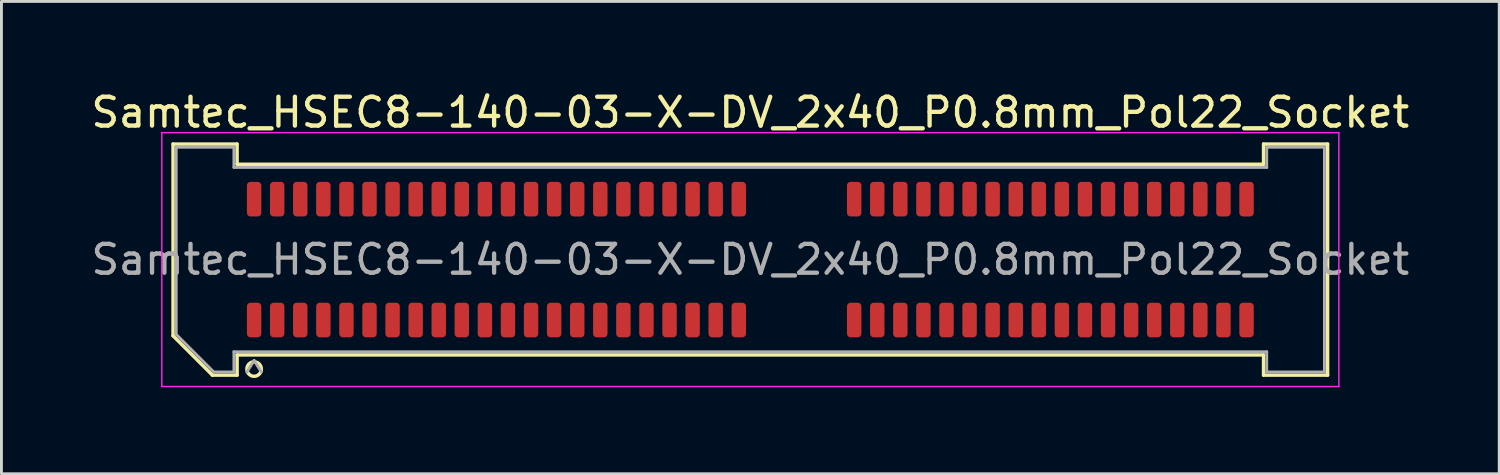
<source format=kicad_pcb>
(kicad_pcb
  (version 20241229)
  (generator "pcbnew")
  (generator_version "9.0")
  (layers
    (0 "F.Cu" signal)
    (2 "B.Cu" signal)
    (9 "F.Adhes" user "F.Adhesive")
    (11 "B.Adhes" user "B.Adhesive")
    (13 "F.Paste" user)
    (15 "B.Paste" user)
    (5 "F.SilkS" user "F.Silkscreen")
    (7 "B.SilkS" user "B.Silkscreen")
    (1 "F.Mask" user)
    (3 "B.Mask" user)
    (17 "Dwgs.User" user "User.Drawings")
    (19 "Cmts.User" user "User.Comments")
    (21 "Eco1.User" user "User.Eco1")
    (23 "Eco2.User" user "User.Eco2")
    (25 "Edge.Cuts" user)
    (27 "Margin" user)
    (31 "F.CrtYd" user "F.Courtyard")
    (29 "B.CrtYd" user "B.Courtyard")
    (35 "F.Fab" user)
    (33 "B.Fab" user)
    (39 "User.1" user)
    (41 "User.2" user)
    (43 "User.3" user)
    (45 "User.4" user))
  (footprint "Samtec_HSEC8-140-03-X-DV_2x40_P0.8mm_Pol22_Socket"
    (layer "F.Cu")
    (at 22.958 5.948)
    (property "Reference" "Samtec_HSEC8-140-03-X-DV_2x40_P0.8mm_Pol22_Socket" (at 0 -5.1 0) (layer "F.SilkS") (effects (font (size 1 1) (thickness 0.15))))
    (attr smd)
    (fp_line (start -20.01 -4.005) (end -17.79 -4.005) (stroke (width 0.12) (type solid)) (layer "F.SilkS"))
    (fp_line (start -20.01 2.641) (end -20.01 -4.005) (stroke (width 0.12) (type solid)) (layer "F.SilkS"))
    (fp_line (start -18.646 4.005) (end -20.01 2.641) (stroke (width 0.12) (type solid)) (layer "F.SilkS"))
    (fp_line (start -17.79 -4.005) (end -17.79 -3.305) (stroke (width 0.12) (type solid)) (layer "F.SilkS"))
    (fp_line (start -17.79 -3.305) (end 17.79 -3.305) (stroke (width 0.12) (type solid)) (layer "F.SilkS"))
    (fp_line (start -17.79 3.305) (end -17.79 4.005) (stroke (width 0.12) (type solid)) (layer "F.SilkS"))
    (fp_line (start -17.79 4.005) (end -18.646 4.005) (stroke (width 0.12) (type solid)) (layer "F.SilkS"))
    (fp_line (start 17.79 -4.005) (end 20.01 -4.005) (stroke (width 0.12) (type solid)) (layer "F.SilkS"))
    (fp_line (start 17.79 -3.305) (end 17.79 -4.005) (stroke (width 0.12) (type solid)) (layer "F.SilkS"))
    (fp_line (start 17.79 3.305) (end -17.79 3.305) (stroke (width 0.12) (type solid)) (layer "F.SilkS"))
    (fp_line (start 17.79 4.005) (end 17.79 3.305) (stroke (width 0.12) (type solid)) (layer "F.SilkS"))
    (fp_line (start 20.01 -4.005) (end 20.01 4.005) (stroke (width 0.12) (type solid)) (layer "F.SilkS"))
    (fp_line (start 20.01 4.005) (end 17.79 4.005) (stroke (width 0.12) (type solid)) (layer "F.SilkS"))
    (fp_arc (start -16.95 3.795) (mid -17.45 3.795) (end -16.95 3.795) (stroke (width 0.12) (type solid)) (layer "F.SilkS"))
    (fp_line (start -20.4 -4.4) (end -20.4 4.4) (stroke (width 0.05) (type solid)) (layer "F.CrtYd"))
    (fp_line (start -20.4 4.4) (end 20.4 4.4) (stroke (width 0.05) (type solid)) (layer "F.CrtYd"))
    (fp_line (start 20.4 -4.4) (end -20.4 -4.4) (stroke (width 0.05) (type solid)) (layer "F.CrtYd"))
    (fp_line (start 20.4 4.4) (end 20.4 -4.4) (stroke (width 0.05) (type solid)) (layer "F.CrtYd"))
    (fp_line (start -19.9 -3.895) (end -17.9 -3.895) (stroke (width 0.1) (type solid)) (layer "F.Fab"))
    (fp_line (start -19.9 2.595) (end -19.9 -3.895) (stroke (width 0.1) (type solid)) (layer "F.Fab"))
    (fp_line (start -18.6 3.895) (end -19.9 2.595) (stroke (width 0.1) (type solid)) (layer "F.Fab"))
    (fp_line (start -17.9 -3.895) (end -17.9 -3.195) (stroke (width 0.1) (type solid)) (layer "F.Fab"))
    (fp_line (start -17.9 -3.195) (end 17.9 -3.195) (stroke (width 0.1) (type solid)) (layer "F.Fab"))
    (fp_line (start -17.9 3.195) (end -17.9 3.895) (stroke (width 0.1) (type solid)) (layer "F.Fab"))
    (fp_line (start -17.9 3.895) (end -18.6 3.895) (stroke (width 0.1) (type solid)) (layer "F.Fab"))
    (fp_line (start -17.2 3.495) (end -17.45 3.895) (stroke (width 0.1) (type solid)) (layer "F.Fab"))
    (fp_line (start -17.2 3.495) (end -16.95 3.895) (stroke (width 0.1) (type solid)) (layer "F.Fab"))
    (fp_line (start 17.9 -3.895) (end 19.9 -3.895) (stroke (width 0.1) (type solid)) (layer "F.Fab"))
    (fp_line (start 17.9 -3.195) (end 17.9 -3.895) (stroke (width 0.1) (type solid)) (layer "F.Fab"))
    (fp_line (start 17.9 3.195) (end -17.9 3.195) (stroke (width 0.1) (type solid)) (layer "F.Fab"))
    (fp_line (start 17.9 3.895) (end 17.9 3.195) (stroke (width 0.1) (type solid)) (layer "F.Fab"))
    (fp_line (start 19.9 -3.895) (end 19.9 3.895) (stroke (width 0.1) (type solid)) (layer "F.Fab"))
    (fp_line (start 19.9 3.895) (end 17.9 3.895) (stroke (width 0.1) (type solid)) (layer "F.Fab"))
    (fp_text user "${REFERENCE}" (at 0 0 0) (layer "F.Fab") (effects (font (size 1 1) (thickness 0.15))))
    (pad "1" smd roundrect (at -17.2 2.095) (size 0.5 1.2) (layers "F.Cu" "F.Mask" "F.Paste") (roundrect_rratio 0.25))
    (pad "2" smd roundrect (at -17.2 -2.095) (size 0.5 1.2) (layers "F.Cu" "F.Mask" "F.Paste") (roundrect_rratio 0.25))
    (pad "3" smd roundrect (at -16.4 2.095) (size 0.5 1.2) (layers "F.Cu" "F.Mask" "F.Paste") (roundrect_rratio 0.25))
    (pad "4" smd roundrect (at -16.4 -2.095) (size 0.5 1.2) (layers "F.Cu" "F.Mask" "F.Paste") (roundrect_rratio 0.25))
    (pad "5" smd roundrect (at -15.6 2.095) (size 0.5 1.2) (layers "F.Cu" "F.Mask" "F.Paste") (roundrect_rratio 0.25))
    (pad "6" smd roundrect (at -15.6 -2.095) (size 0.5 1.2) (layers "F.Cu" "F.Mask" "F.Paste") (roundrect_rratio 0.25))
    (pad "7" smd roundrect (at -14.8 2.095) (size 0.5 1.2) (layers "F.Cu" "F.Mask" "F.Paste") (roundrect_rratio 0.25))
    (pad "8" smd roundrect (at -14.8 -2.095) (size 0.5 1.2) (layers "F.Cu" "F.Mask" "F.Paste") (roundrect_rratio 0.25))
    (pad "9" smd roundrect (at -14 2.095) (size 0.5 1.2) (layers "F.Cu" "F.Mask" "F.Paste") (roundrect_rratio 0.25))
    (pad "10" smd roundrect (at -14 -2.095) (size 0.5 1.2) (layers "F.Cu" "F.Mask" "F.Paste") (roundrect_rratio 0.25))
    (pad "11" smd roundrect (at -13.2 2.095) (size 0.5 1.2) (layers "F.Cu" "F.Mask" "F.Paste") (roundrect_rratio 0.25))
    (pad "12" smd roundrect (at -13.2 -2.095) (size 0.5 1.2) (layers "F.Cu" "F.Mask" "F.Paste") (roundrect_rratio 0.25))
    (pad "13" smd roundrect (at -12.4 2.095) (size 0.5 1.2) (layers "F.Cu" "F.Mask" "F.Paste") (roundrect_rratio 0.25))
    (pad "14" smd roundrect (at -12.4 -2.095) (size 0.5 1.2) (layers "F.Cu" "F.Mask" "F.Paste") (roundrect_rratio 0.25))
    (pad "15" smd roundrect (at -11.6 2.095) (size 0.5 1.2) (layers "F.Cu" "F.Mask" "F.Paste") (roundrect_rratio 0.25))
    (pad "16" smd roundrect (at -11.6 -2.095) (size 0.5 1.2) (layers "F.Cu" "F.Mask" "F.Paste") (roundrect_rratio 0.25))
    (pad "17" smd roundrect (at -10.8 2.095) (size 0.5 1.2) (layers "F.Cu" "F.Mask" "F.Paste") (roundrect_rratio 0.25))
    (pad "18" smd roundrect (at -10.8 -2.095) (size 0.5 1.2) (layers "F.Cu" "F.Mask" "F.Paste") (roundrect_rratio 0.25))
    (pad "19" smd roundrect (at -10 2.095) (size 0.5 1.2) (layers "F.Cu" "F.Mask" "F.Paste") (roundrect_rratio 0.25))
    (pad "20" smd roundrect (at -10 -2.095) (size 0.5 1.2) (layers "F.Cu" "F.Mask" "F.Paste") (roundrect_rratio 0.25))
    (pad "21" smd roundrect (at -9.2 2.095) (size 0.5 1.2) (layers "F.Cu" "F.Mask" "F.Paste") (roundrect_rratio 0.25))
    (pad "22" smd roundrect (at -9.2 -2.095) (size 0.5 1.2) (layers "F.Cu" "F.Mask" "F.Paste") (roundrect_rratio 0.25))
    (pad "23" smd roundrect (at -8.4 2.095) (size 0.5 1.2) (layers "F.Cu" "F.Mask" "F.Paste") (roundrect_rratio 0.25))
    (pad "24" smd roundrect (at -8.4 -2.095) (size 0.5 1.2) (layers "F.Cu" "F.Mask" "F.Paste") (roundrect_rratio 0.25))
    (pad "25" smd roundrect (at -7.6 2.095) (size 0.5 1.2) (layers "F.Cu" "F.Mask" "F.Paste") (roundrect_rratio 0.25))
    (pad "26" smd roundrect (at -7.6 -2.095) (size 0.5 1.2) (layers "F.Cu" "F.Mask" "F.Paste") (roundrect_rratio 0.25))
    (pad "27" smd roundrect (at -6.8 2.095) (size 0.5 1.2) (layers "F.Cu" "F.Mask" "F.Paste") (roundrect_rratio 0.25))
    (pad "28" smd roundrect (at -6.8 -2.095) (size 0.5 1.2) (layers "F.Cu" "F.Mask" "F.Paste") (roundrect_rratio 0.25))
    (pad "29" smd roundrect (at -6 2.095) (size 0.5 1.2) (layers "F.Cu" "F.Mask" "F.Paste") (roundrect_rratio 0.25))
    (pad "30" smd roundrect (at -6 -2.095) (size 0.5 1.2) (layers "F.Cu" "F.Mask" "F.Paste") (roundrect_rratio 0.25))
    (pad "31" smd roundrect (at -5.2 2.095) (size 0.5 1.2) (layers "F.Cu" "F.Mask" "F.Paste") (roundrect_rratio 0.25))
    (pad "32" smd roundrect (at -5.2 -2.095) (size 0.5 1.2) (layers "F.Cu" "F.Mask" "F.Paste") (roundrect_rratio 0.25))
    (pad "33" smd roundrect (at -4.4 2.095) (size 0.5 1.2) (layers "F.Cu" "F.Mask" "F.Paste") (roundrect_rratio 0.25))
    (pad "34" smd roundrect (at -4.4 -2.095) (size 0.5 1.2) (layers "F.Cu" "F.Mask" "F.Paste") (roundrect_rratio 0.25))
    (pad "35" smd roundrect (at -3.6 2.095) (size 0.5 1.2) (layers "F.Cu" "F.Mask" "F.Paste") (roundrect_rratio 0.25))
    (pad "36" smd roundrect (at -3.6 -2.095) (size 0.5 1.2) (layers "F.Cu" "F.Mask" "F.Paste") (roundrect_rratio 0.25))
    (pad "37" smd roundrect (at -2.8 2.095) (size 0.5 1.2) (layers "F.Cu" "F.Mask" "F.Paste") (roundrect_rratio 0.25))
    (pad "38" smd roundrect (at -2.8 -2.095) (size 0.5 1.2) (layers "F.Cu" "F.Mask" "F.Paste") (roundrect_rratio 0.25))
    (pad "39" smd roundrect (at -2 2.095) (size 0.5 1.2) (layers "F.Cu" "F.Mask" "F.Paste") (roundrect_rratio 0.25))
    (pad "40" smd roundrect (at -2 -2.095) (size 0.5 1.2) (layers "F.Cu" "F.Mask" "F.Paste") (roundrect_rratio 0.25))
    (pad "41" smd roundrect (at -1.2 2.095) (size 0.5 1.2) (layers "F.Cu" "F.Mask" "F.Paste") (roundrect_rratio 0.25))
    (pad "42" smd roundrect (at -1.2 -2.095) (size 0.5 1.2) (layers "F.Cu" "F.Mask" "F.Paste") (roundrect_rratio 0.25))
    (pad "43" smd roundrect (at -0.4 2.095) (size 0.5 1.2) (layers "F.Cu" "F.Mask" "F.Paste") (roundrect_rratio 0.25))
    (pad "44" smd roundrect (at -0.4 -2.095) (size 0.5 1.2) (layers "F.Cu" "F.Mask" "F.Paste") (roundrect_rratio 0.25))
    (pad "45" smd roundrect (at 3.6 2.095) (size 0.5 1.2) (layers "F.Cu" "F.Mask" "F.Paste") (roundrect_rratio 0.25))
    (pad "46" smd roundrect (at 3.6 -2.095) (size 0.5 1.2) (layers "F.Cu" "F.Mask" "F.Paste") (roundrect_rratio 0.25))
    (pad "47" smd roundrect (at 4.4 2.095) (size 0.5 1.2) (layers "F.Cu" "F.Mask" "F.Paste") (roundrect_rratio 0.25))
    (pad "48" smd roundrect (at 4.4 -2.095) (size 0.5 1.2) (layers "F.Cu" "F.Mask" "F.Paste") (roundrect_rratio 0.25))
    (pad "49" smd roundrect (at 5.2 2.095) (size 0.5 1.2) (layers "F.Cu" "F.Mask" "F.Paste") (roundrect_rratio 0.25))
    (pad "50" smd roundrect (at 5.2 -2.095) (size 0.5 1.2) (layers "F.Cu" "F.Mask" "F.Paste") (roundrect_rratio 0.25))
    (pad "51" smd roundrect (at 6 2.095) (size 0.5 1.2) (layers "F.Cu" "F.Mask" "F.Paste") (roundrect_rratio 0.25))
    (pad "52" smd roundrect (at 6 -2.095) (size 0.5 1.2) (layers "F.Cu" "F.Mask" "F.Paste") (roundrect_rratio 0.25))
    (pad "53" smd roundrect (at 6.8 2.095) (size 0.5 1.2) (layers "F.Cu" "F.Mask" "F.Paste") (roundrect_rratio 0.25))
    (pad "54" smd roundrect (at 6.8 -2.095) (size 0.5 1.2) (layers "F.Cu" "F.Mask" "F.Paste") (roundrect_rratio 0.25))
    (pad "55" smd roundrect (at 7.6 2.095) (size 0.5 1.2) (layers "F.Cu" "F.Mask" "F.Paste") (roundrect_rratio 0.25))
    (pad "56" smd roundrect (at 7.6 -2.095) (size 0.5 1.2) (layers "F.Cu" "F.Mask" "F.Paste") (roundrect_rratio 0.25))
    (pad "57" smd roundrect (at 8.4 2.095) (size 0.5 1.2) (layers "F.Cu" "F.Mask" "F.Paste") (roundrect_rratio 0.25))
    (pad "58" smd roundrect (at 8.4 -2.095) (size 0.5 1.2) (layers "F.Cu" "F.Mask" "F.Paste") (roundrect_rratio 0.25))
    (pad "59" smd roundrect (at 9.2 2.095) (size 0.5 1.2) (layers "F.Cu" "F.Mask" "F.Paste") (roundrect_rratio 0.25))
    (pad "60" smd roundrect (at 9.2 -2.095) (size 0.5 1.2) (layers "F.Cu" "F.Mask" "F.Paste") (roundrect_rratio 0.25))
    (pad "61" smd roundrect (at 10 2.095) (size 0.5 1.2) (layers "F.Cu" "F.Mask" "F.Paste") (roundrect_rratio 0.25))
    (pad "62" smd roundrect (at 10 -2.095) (size 0.5 1.2) (layers "F.Cu" "F.Mask" "F.Paste") (roundrect_rratio 0.25))
    (pad "63" smd roundrect (at 10.8 2.095) (size 0.5 1.2) (layers "F.Cu" "F.Mask" "F.Paste") (roundrect_rratio 0.25))
    (pad "64" smd roundrect (at 10.8 -2.095) (size 0.5 1.2) (layers "F.Cu" "F.Mask" "F.Paste") (roundrect_rratio 0.25))
    (pad "65" smd roundrect (at 11.6 2.095) (size 0.5 1.2) (layers "F.Cu" "F.Mask" "F.Paste") (roundrect_rratio 0.25))
    (pad "66" smd roundrect (at 11.6 -2.095) (size 0.5 1.2) (layers "F.Cu" "F.Mask" "F.Paste") (roundrect_rratio 0.25))
    (pad "67" smd roundrect (at 12.4 2.095) (size 0.5 1.2) (layers "F.Cu" "F.Mask" "F.Paste") (roundrect_rratio 0.25))
    (pad "68" smd roundrect (at 12.4 -2.095) (size 0.5 1.2) (layers "F.Cu" "F.Mask" "F.Paste") (roundrect_rratio 0.25))
    (pad "69" smd roundrect (at 13.2 2.095) (size 0.5 1.2) (layers "F.Cu" "F.Mask" "F.Paste") (roundrect_rratio 0.25))
    (pad "70" smd roundrect (at 13.2 -2.095) (size 0.5 1.2) (layers "F.Cu" "F.Mask" "F.Paste") (roundrect_rratio 0.25))
    (pad "71" smd roundrect (at 14 2.095) (size 0.5 1.2) (layers "F.Cu" "F.Mask" "F.Paste") (roundrect_rratio 0.25))
    (pad "72" smd roundrect (at 14 -2.095) (size 0.5 1.2) (layers "F.Cu" "F.Mask" "F.Paste") (roundrect_rratio 0.25))
    (pad "73" smd roundrect (at 14.8 2.095) (size 0.5 1.2) (layers "F.Cu" "F.Mask" "F.Paste") (roundrect_rratio 0.25))
    (pad "74" smd roundrect (at 14.8 -2.095) (size 0.5 1.2) (layers "F.Cu" "F.Mask" "F.Paste") (roundrect_rratio 0.25))
    (pad "75" smd roundrect (at 15.6 2.095) (size 0.5 1.2) (layers "F.Cu" "F.Mask" "F.Paste") (roundrect_rratio 0.25))
    (pad "76" smd roundrect (at 15.6 -2.095) (size 0.5 1.2) (layers "F.Cu" "F.Mask" "F.Paste") (roundrect_rratio 0.25))
    (pad "77" smd roundrect (at 16.4 2.095) (size 0.5 1.2) (layers "F.Cu" "F.Mask" "F.Paste") (roundrect_rratio 0.25))
    (pad "78" smd roundrect (at 16.4 -2.095) (size 0.5 1.2) (layers "F.Cu" "F.Mask" "F.Paste") (roundrect_rratio 0.25))
    (pad "79" smd roundrect (at 17.2 2.095) (size 0.5 1.2) (layers "F.Cu" "F.Mask" "F.Paste") (roundrect_rratio 0.25))
    (pad "80" smd roundrect (at 17.2 -2.095) (size 0.5 1.2) (layers "F.Cu" "F.Mask" "F.Paste") (roundrect_rratio 0.25)))
  (gr_rect
    (start -3 -3)
    (end 48.917 13.373)
    (stroke (width 0.1) (type default))
    (fill no)
    (layer "Edge.Cuts")))
</source>
